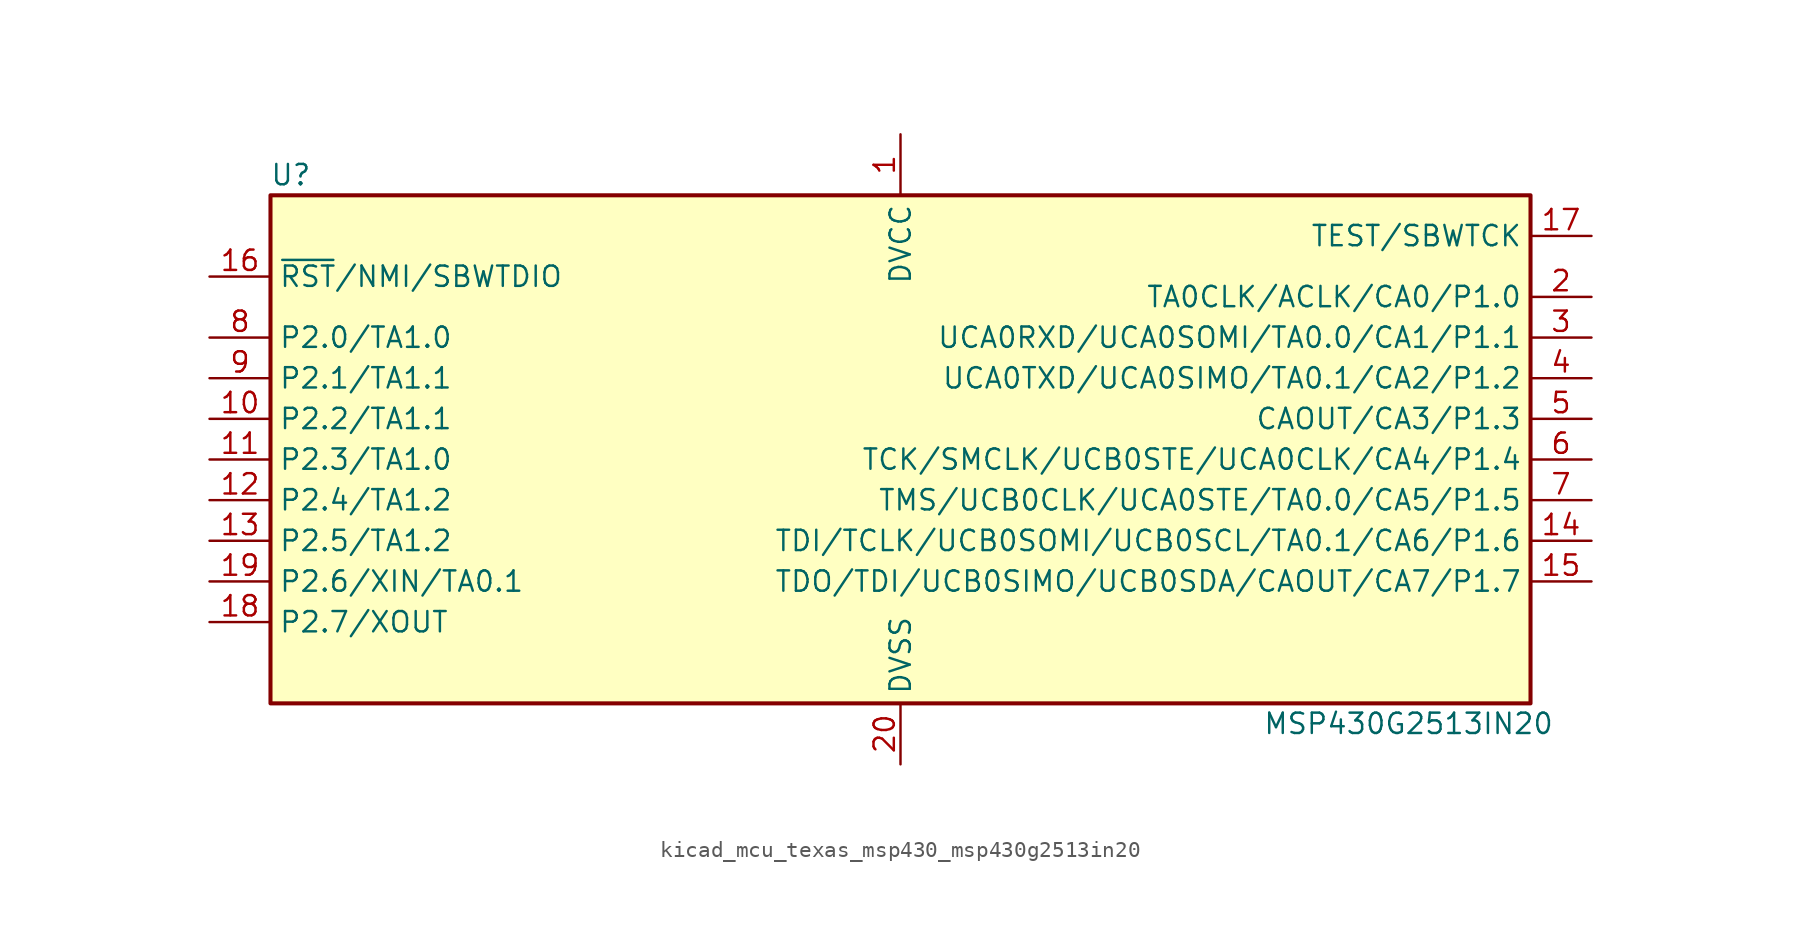
<source format=kicad_sym>
(kicad_symbol_lib
  (version 20220914)
  (generator kicad_symbol_editor)
  (symbol "kicad_mcu_texas_msp430_msp430g2513in20"
    (property "Reference" "U"
      (at -38.1 17.78 0)
      (effects (font (size 1.27 1.27))))
    (property "Value" "MSP430G2513IN20"
      (at 31.75 -16.51 0)
      (effects (font (size 1.27 1.27))))
    (symbol "kicad_mcu_texas_msp430_msp430g2513in20_0_1"
      (rectangle (start -39.37 16.51) (end 39.37 -15.24) (stroke (width 0.254) (type default)) (fill (type background))))
    (symbol "kicad_mcu_texas_msp430_msp430g2513in20_1_1"
      (pin power_in line (at 0 20.32 270) (length 3.81) (name "DVCC" (effects (font (size 1.27 1.27)))) (number "1" (effects (font (size 1.27 1.27)))))
      (pin bidirectional line (at -43.18 2.54 0) (length 3.81) (name "P2.2/TA1.1" (effects (font (size 1.27 1.27)))) (number "10" (effects (font (size 1.27 1.27)))))
      (pin bidirectional line (at -43.18 0 0) (length 3.81) (name "P2.3/TA1.0" (effects (font (size 1.27 1.27)))) (number "11" (effects (font (size 1.27 1.27)))))
      (pin bidirectional line (at -43.18 -2.54 0) (length 3.81) (name "P2.4/TA1.2" (effects (font (size 1.27 1.27)))) (number "12" (effects (font (size 1.27 1.27)))))
      (pin bidirectional line (at -43.18 -5.08 0) (length 3.81) (name "P2.5/TA1.2" (effects (font (size 1.27 1.27)))) (number "13" (effects (font (size 1.27 1.27)))))
      (pin bidirectional line (at 43.18 -5.08 180) (length 3.81) (name "TDI/TCLK/UCB0SOMI/UCB0SCL/TA0.1/CA6/P1.6" (effects (font (size 1.27 1.27)))) (number "14" (effects (font (size 1.27 1.27)))))
      (pin bidirectional line (at 43.18 -7.62 180) (length 3.81) (name "TDO/TDI/UCB0SIMO/UCB0SDA/CAOUT/CA7/P1.7" (effects (font (size 1.27 1.27)))) (number "15" (effects (font (size 1.27 1.27)))))
      (pin input line (at -43.18 11.43 0) (length 3.81) (name "~{RST}/NMI/SBWTDIO" (effects (font (size 1.27 1.27)))) (number "16" (effects (font (size 1.27 1.27)))))
      (pin input line (at 43.18 13.97 180) (length 3.81) (name "TEST/SBWTCK" (effects (font (size 1.27 1.27)))) (number "17" (effects (font (size 1.27 1.27)))))
      (pin bidirectional line (at -43.18 -10.16 0) (length 3.81) (name "P2.7/XOUT" (effects (font (size 1.27 1.27)))) (number "18" (effects (font (size 1.27 1.27)))))
      (pin bidirectional line (at -43.18 -7.62 0) (length 3.81) (name "P2.6/XIN/TA0.1" (effects (font (size 1.27 1.27)))) (number "19" (effects (font (size 1.27 1.27)))))
      (pin bidirectional line (at 43.18 10.16 180) (length 3.81) (name "TA0CLK/ACLK/CA0/P1.0" (effects (font (size 1.27 1.27)))) (number "2" (effects (font (size 1.27 1.27)))))
      (pin power_in line (at 0 -19.05 90) (length 3.81) (name "DVSS" (effects (font (size 1.27 1.27)))) (number "20" (effects (font (size 1.27 1.27)))))
      (pin bidirectional line (at 43.18 7.62 180) (length 3.81) (name "UCA0RXD/UCA0SOMI/TA0.0/CA1/P1.1" (effects (font (size 1.27 1.27)))) (number "3" (effects (font (size 1.27 1.27)))))
      (pin bidirectional line (at 43.18 5.08 180) (length 3.81) (name "UCA0TXD/UCA0SIMO/TA0.1/CA2/P1.2" (effects (font (size 1.27 1.27)))) (number "4" (effects (font (size 1.27 1.27)))))
      (pin bidirectional line (at 43.18 2.54 180) (length 3.81) (name "CAOUT/CA3/P1.3" (effects (font (size 1.27 1.27)))) (number "5" (effects (font (size 1.27 1.27)))))
      (pin bidirectional line (at 43.18 0 180) (length 3.81) (name "TCK/SMCLK/UCB0STE/UCA0CLK/CA4/P1.4" (effects (font (size 1.27 1.27)))) (number "6" (effects (font (size 1.27 1.27)))))
      (pin bidirectional line (at 43.18 -2.54 180) (length 3.81) (name "TMS/UCB0CLK/UCA0STE/TA0.0/CA5/P1.5" (effects (font (size 1.27 1.27)))) (number "7" (effects (font (size 1.27 1.27)))))
      (pin bidirectional line (at -43.18 7.62 0) (length 3.81) (name "P2.0/TA1.0" (effects (font (size 1.27 1.27)))) (number "8" (effects (font (size 1.27 1.27)))))
      (pin bidirectional line (at -43.18 5.08 0) (length 3.81) (name "P2.1/TA1.1" (effects (font (size 1.27 1.27)))) (number "9" (effects (font (size 1.27 1.27))))))))
</source>
